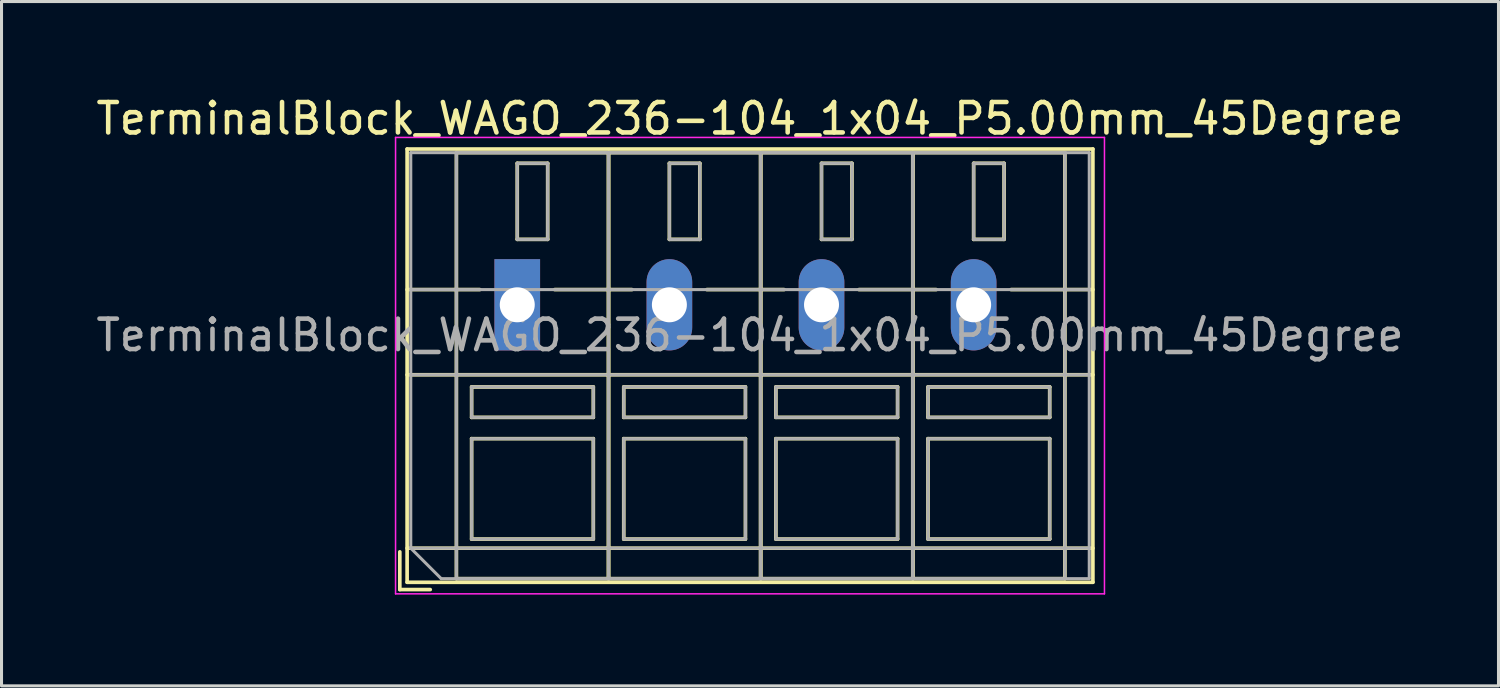
<source format=kicad_pcb>
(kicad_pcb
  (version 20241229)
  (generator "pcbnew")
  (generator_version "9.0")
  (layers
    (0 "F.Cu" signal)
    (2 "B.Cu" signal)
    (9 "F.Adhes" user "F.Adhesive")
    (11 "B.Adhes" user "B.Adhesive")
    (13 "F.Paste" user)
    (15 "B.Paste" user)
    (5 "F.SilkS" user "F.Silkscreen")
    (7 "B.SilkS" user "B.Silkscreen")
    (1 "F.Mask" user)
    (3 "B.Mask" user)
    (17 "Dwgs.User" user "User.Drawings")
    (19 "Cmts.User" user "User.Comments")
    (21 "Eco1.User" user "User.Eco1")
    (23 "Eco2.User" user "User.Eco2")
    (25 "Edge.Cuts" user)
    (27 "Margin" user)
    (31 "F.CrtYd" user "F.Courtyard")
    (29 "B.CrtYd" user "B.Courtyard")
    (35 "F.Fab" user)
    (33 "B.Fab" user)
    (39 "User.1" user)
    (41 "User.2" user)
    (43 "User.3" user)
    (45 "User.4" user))
  (footprint "TerminalBlock_WAGO_236-104_1x04_P5.00mm_45Degree"
    (layer "F.Cu")
    (at 13.951 6.968)
    (property "Reference" "TerminalBlock_WAGO_236-104_1x04_P5.00mm_45Degree" (at 7.65 -6.12 0) (layer "F.SilkS") (effects (font (size 1 1) (thickness 0.15))))
    (attr through_hole)
    (fp_line (start -3.86 8.12) (end -3.86 9.36) (stroke (width 0.12) (type solid)) (layer "F.SilkS"))
    (fp_line (start -3.86 9.36) (end -2.86 9.36) (stroke (width 0.12) (type solid)) (layer "F.SilkS"))
    (fp_line (start -3.62 -5.12) (end -3.62 9.12) (stroke (width 0.12) (type solid)) (layer "F.SilkS"))
    (fp_line (start -3.62 -5.12) (end 18.92 -5.12) (stroke (width 0.12) (type solid)) (layer "F.SilkS"))
    (fp_line (start -3.62 -0.5) (end -1.23 -0.5) (stroke (width 0.12) (type solid)) (layer "F.SilkS"))
    (fp_line (start -3.62 2.3) (end 18.92 2.3) (stroke (width 0.12) (type solid)) (layer "F.SilkS"))
    (fp_line (start -3.62 8) (end 18.92 8) (stroke (width 0.12) (type solid)) (layer "F.SilkS"))
    (fp_line (start -3.62 9.12) (end 18.92 9.12) (stroke (width 0.12) (type solid)) (layer "F.SilkS"))
    (fp_line (start -2 -5) (end -2 9) (stroke (width 0.12) (type solid)) (layer "F.SilkS"))
    (fp_line (start -2 -5) (end 3 -5) (stroke (width 0.12) (type solid)) (layer "F.SilkS"))
    (fp_line (start -2 9) (end 3 9) (stroke (width 0.12) (type solid)) (layer "F.SilkS"))
    (fp_line (start -1.5 2.7) (end -1.5 3.7) (stroke (width 0.12) (type solid)) (layer "F.SilkS"))
    (fp_line (start -1.5 2.7) (end 2.5 2.7) (stroke (width 0.12) (type solid)) (layer "F.SilkS"))
    (fp_line (start -1.5 3.7) (end 2.5 3.7) (stroke (width 0.12) (type solid)) (layer "F.SilkS"))
    (fp_line (start -1.5 4.4) (end -1.5 7.7) (stroke (width 0.12) (type solid)) (layer "F.SilkS"))
    (fp_line (start -1.5 4.4) (end 2.5 4.4) (stroke (width 0.12) (type solid)) (layer "F.SilkS"))
    (fp_line (start -1.5 7.7) (end 2.5 7.7) (stroke (width 0.12) (type solid)) (layer "F.SilkS"))
    (fp_line (start 0 -4.65) (end 0 -2.151) (stroke (width 0.12) (type solid)) (layer "F.SilkS"))
    (fp_line (start 0 -4.65) (end 1 -4.65) (stroke (width 0.12) (type solid)) (layer "F.SilkS"))
    (fp_line (start 0 -2.151) (end 1 -2.151) (stroke (width 0.12) (type solid)) (layer "F.SilkS"))
    (fp_line (start 1 -4.65) (end 1 -2.151) (stroke (width 0.12) (type solid)) (layer "F.SilkS"))
    (fp_line (start 1.23 -0.5) (end 3.77 -0.5) (stroke (width 0.12) (type solid)) (layer "F.SilkS"))
    (fp_line (start 2.5 2.7) (end 2.5 3.7) (stroke (width 0.12) (type solid)) (layer "F.SilkS"))
    (fp_line (start 2.5 4.4) (end 2.5 7.7) (stroke (width 0.12) (type solid)) (layer "F.SilkS"))
    (fp_line (start 3 -5) (end 3 9) (stroke (width 0.12) (type solid)) (layer "F.SilkS"))
    (fp_line (start 3 -5) (end 3 9) (stroke (width 0.12) (type solid)) (layer "F.SilkS"))
    (fp_line (start 3 -5) (end 8 -5) (stroke (width 0.12) (type solid)) (layer "F.SilkS"))
    (fp_line (start 3 9) (end 8 9) (stroke (width 0.12) (type solid)) (layer "F.SilkS"))
    (fp_line (start 3.5 2.7) (end 3.5 3.7) (stroke (width 0.12) (type solid)) (layer "F.SilkS"))
    (fp_line (start 3.5 2.7) (end 7.5 2.7) (stroke (width 0.12) (type solid)) (layer "F.SilkS"))
    (fp_line (start 3.5 3.7) (end 7.5 3.7) (stroke (width 0.12) (type solid)) (layer "F.SilkS"))
    (fp_line (start 3.5 4.4) (end 3.5 7.7) (stroke (width 0.12) (type solid)) (layer "F.SilkS"))
    (fp_line (start 3.5 4.4) (end 7.5 4.4) (stroke (width 0.12) (type solid)) (layer "F.SilkS"))
    (fp_line (start 3.5 7.7) (end 7.5 7.7) (stroke (width 0.12) (type solid)) (layer "F.SilkS"))
    (fp_line (start 5 -4.65) (end 5 -2.151) (stroke (width 0.12) (type solid)) (layer "F.SilkS"))
    (fp_line (start 5 -4.65) (end 6 -4.65) (stroke (width 0.12) (type solid)) (layer "F.SilkS"))
    (fp_line (start 5 -2.151) (end 6 -2.151) (stroke (width 0.12) (type solid)) (layer "F.SilkS"))
    (fp_line (start 6 -4.65) (end 6 -2.151) (stroke (width 0.12) (type solid)) (layer "F.SilkS"))
    (fp_line (start 6.23 -0.5) (end 8.77 -0.5) (stroke (width 0.12) (type solid)) (layer "F.SilkS"))
    (fp_line (start 7.5 2.7) (end 7.5 3.7) (stroke (width 0.12) (type solid)) (layer "F.SilkS"))
    (fp_line (start 7.5 4.4) (end 7.5 7.7) (stroke (width 0.12) (type solid)) (layer "F.SilkS"))
    (fp_line (start 8 -5) (end 8 9) (stroke (width 0.12) (type solid)) (layer "F.SilkS"))
    (fp_line (start 8 -5) (end 8 9) (stroke (width 0.12) (type solid)) (layer "F.SilkS"))
    (fp_line (start 8 -5) (end 13 -5) (stroke (width 0.12) (type solid)) (layer "F.SilkS"))
    (fp_line (start 8 9) (end 13 9) (stroke (width 0.12) (type solid)) (layer "F.SilkS"))
    (fp_line (start 8.5 2.7) (end 8.5 3.7) (stroke (width 0.12) (type solid)) (layer "F.SilkS"))
    (fp_line (start 8.5 2.7) (end 12.5 2.7) (stroke (width 0.12) (type solid)) (layer "F.SilkS"))
    (fp_line (start 8.5 3.7) (end 12.5 3.7) (stroke (width 0.12) (type solid)) (layer "F.SilkS"))
    (fp_line (start 8.5 4.4) (end 8.5 7.7) (stroke (width 0.12) (type solid)) (layer "F.SilkS"))
    (fp_line (start 8.5 4.4) (end 12.5 4.4) (stroke (width 0.12) (type solid)) (layer "F.SilkS"))
    (fp_line (start 8.5 7.7) (end 12.5 7.7) (stroke (width 0.12) (type solid)) (layer "F.SilkS"))
    (fp_line (start 10 -4.65) (end 10 -2.151) (stroke (width 0.12) (type solid)) (layer "F.SilkS"))
    (fp_line (start 10 -4.65) (end 11 -4.65) (stroke (width 0.12) (type solid)) (layer "F.SilkS"))
    (fp_line (start 10 -2.151) (end 11 -2.151) (stroke (width 0.12) (type solid)) (layer "F.SilkS"))
    (fp_line (start 11 -4.65) (end 11 -2.151) (stroke (width 0.12) (type solid)) (layer "F.SilkS"))
    (fp_line (start 11.23 -0.5) (end 13.77 -0.5) (stroke (width 0.12) (type solid)) (layer "F.SilkS"))
    (fp_line (start 12.5 2.7) (end 12.5 3.7) (stroke (width 0.12) (type solid)) (layer "F.SilkS"))
    (fp_line (start 12.5 4.4) (end 12.5 7.7) (stroke (width 0.12) (type solid)) (layer "F.SilkS"))
    (fp_line (start 13 -5) (end 13 9) (stroke (width 0.12) (type solid)) (layer "F.SilkS"))
    (fp_line (start 13 -5) (end 13 9) (stroke (width 0.12) (type solid)) (layer "F.SilkS"))
    (fp_line (start 13 -5) (end 18 -5) (stroke (width 0.12) (type solid)) (layer "F.SilkS"))
    (fp_line (start 13 9) (end 18 9) (stroke (width 0.12) (type solid)) (layer "F.SilkS"))
    (fp_line (start 13.5 2.7) (end 13.5 3.7) (stroke (width 0.12) (type solid)) (layer "F.SilkS"))
    (fp_line (start 13.5 2.7) (end 17.5 2.7) (stroke (width 0.12) (type solid)) (layer "F.SilkS"))
    (fp_line (start 13.5 3.7) (end 17.5 3.7) (stroke (width 0.12) (type solid)) (layer "F.SilkS"))
    (fp_line (start 13.5 4.4) (end 13.5 7.7) (stroke (width 0.12) (type solid)) (layer "F.SilkS"))
    (fp_line (start 13.5 4.4) (end 17.5 4.4) (stroke (width 0.12) (type solid)) (layer "F.SilkS"))
    (fp_line (start 13.5 7.7) (end 17.5 7.7) (stroke (width 0.12) (type solid)) (layer "F.SilkS"))
    (fp_line (start 15 -4.65) (end 15 -2.151) (stroke (width 0.12) (type solid)) (layer "F.SilkS"))
    (fp_line (start 15 -4.65) (end 16 -4.65) (stroke (width 0.12) (type solid)) (layer "F.SilkS"))
    (fp_line (start 15 -2.151) (end 16 -2.151) (stroke (width 0.12) (type solid)) (layer "F.SilkS"))
    (fp_line (start 16 -4.65) (end 16 -2.151) (stroke (width 0.12) (type solid)) (layer "F.SilkS"))
    (fp_line (start 16.23 -0.5) (end 18.92 -0.5) (stroke (width 0.12) (type solid)) (layer "F.SilkS"))
    (fp_line (start 17.5 2.7) (end 17.5 3.7) (stroke (width 0.12) (type solid)) (layer "F.SilkS"))
    (fp_line (start 17.5 4.4) (end 17.5 7.7) (stroke (width 0.12) (type solid)) (layer "F.SilkS"))
    (fp_line (start 18 -5) (end 18 9) (stroke (width 0.12) (type solid)) (layer "F.SilkS"))
    (fp_line (start 18.92 -5.12) (end 18.92 9.12) (stroke (width 0.12) (type solid)) (layer "F.SilkS"))
    (fp_line (start -4 -5.5) (end -4 9.5) (stroke (width 0.05) (type solid)) (layer "F.CrtYd"))
    (fp_line (start -4 9.5) (end 19.3 9.5) (stroke (width 0.05) (type solid)) (layer "F.CrtYd"))
    (fp_line (start 19.3 -5.5) (end -4 -5.5) (stroke (width 0.05) (type solid)) (layer "F.CrtYd"))
    (fp_line (start 19.3 9.5) (end 19.3 -5.5) (stroke (width 0.05) (type solid)) (layer "F.CrtYd"))
    (fp_line (start -3.5 -5) (end 18.8 -5) (stroke (width 0.1) (type solid)) (layer "F.Fab"))
    (fp_line (start -3.5 -0.5) (end 18.8 -0.5) (stroke (width 0.1) (type solid)) (layer "F.Fab"))
    (fp_line (start -3.5 2.3) (end 18.8 2.3) (stroke (width 0.1) (type solid)) (layer "F.Fab"))
    (fp_line (start -3.5 8) (end -3.5 -5) (stroke (width 0.1) (type solid)) (layer "F.Fab"))
    (fp_line (start -3.5 8) (end 18.8 8) (stroke (width 0.1) (type solid)) (layer "F.Fab"))
    (fp_line (start -2.5 9) (end -3.5 8) (stroke (width 0.1) (type solid)) (layer "F.Fab"))
    (fp_line (start -2 -5) (end -2 9) (stroke (width 0.1) (type solid)) (layer "F.Fab"))
    (fp_line (start -2 9) (end 3 9) (stroke (width 0.1) (type solid)) (layer "F.Fab"))
    (fp_line (start -1.5 2.7) (end -1.5 3.7) (stroke (width 0.1) (type solid)) (layer "F.Fab"))
    (fp_line (start -1.5 3.7) (end 2.5 3.7) (stroke (width 0.1) (type solid)) (layer "F.Fab"))
    (fp_line (start -1.5 4.4) (end -1.5 7.7) (stroke (width 0.1) (type solid)) (layer "F.Fab"))
    (fp_line (start -1.5 7.7) (end 2.5 7.7) (stroke (width 0.1) (type solid)) (layer "F.Fab"))
    (fp_line (start 0 -4.65) (end 0 -2.15) (stroke (width 0.1) (type solid)) (layer "F.Fab"))
    (fp_line (start 0 -2.15) (end 1 -2.15) (stroke (width 0.1) (type solid)) (layer "F.Fab"))
    (fp_line (start 1 -4.65) (end 0 -4.65) (stroke (width 0.1) (type solid)) (layer "F.Fab"))
    (fp_line (start 1 -2.15) (end 1 -4.65) (stroke (width 0.1) (type solid)) (layer "F.Fab"))
    (fp_line (start 2.5 2.7) (end -1.5 2.7) (stroke (width 0.1) (type solid)) (layer "F.Fab"))
    (fp_line (start 2.5 3.7) (end 2.5 2.7) (stroke (width 0.1) (type solid)) (layer "F.Fab"))
    (fp_line (start 2.5 4.4) (end -1.5 4.4) (stroke (width 0.1) (type solid)) (layer "F.Fab"))
    (fp_line (start 2.5 7.7) (end 2.5 4.4) (stroke (width 0.1) (type solid)) (layer "F.Fab"))
    (fp_line (start 3 -5) (end -2 -5) (stroke (width 0.1) (type solid)) (layer "F.Fab"))
    (fp_line (start 3 -5) (end 3 9) (stroke (width 0.1) (type solid)) (layer "F.Fab"))
    (fp_line (start 3 9) (end 3 -5) (stroke (width 0.1) (type solid)) (layer "F.Fab"))
    (fp_line (start 3 9) (end 8 9) (stroke (width 0.1) (type solid)) (layer "F.Fab"))
    (fp_line (start 3.5 2.7) (end 3.5 3.7) (stroke (width 0.1) (type solid)) (layer "F.Fab"))
    (fp_line (start 3.5 3.7) (end 7.5 3.7) (stroke (width 0.1) (type solid)) (layer "F.Fab"))
    (fp_line (start 3.5 4.4) (end 3.5 7.7) (stroke (width 0.1) (type solid)) (layer "F.Fab"))
    (fp_line (start 3.5 7.7) (end 7.5 7.7) (stroke (width 0.1) (type solid)) (layer "F.Fab"))
    (fp_line (start 5 -4.65) (end 5 -2.15) (stroke (width 0.1) (type solid)) (layer "F.Fab"))
    (fp_line (start 5 -2.15) (end 6 -2.15) (stroke (width 0.1) (type solid)) (layer "F.Fab"))
    (fp_line (start 6 -4.65) (end 5 -4.65) (stroke (width 0.1) (type solid)) (layer "F.Fab"))
    (fp_line (start 6 -2.15) (end 6 -4.65) (stroke (width 0.1) (type solid)) (layer "F.Fab"))
    (fp_line (start 7.5 2.7) (end 3.5 2.7) (stroke (width 0.1) (type solid)) (layer "F.Fab"))
    (fp_line (start 7.5 3.7) (end 7.5 2.7) (stroke (width 0.1) (type solid)) (layer "F.Fab"))
    (fp_line (start 7.5 4.4) (end 3.5 4.4) (stroke (width 0.1) (type solid)) (layer "F.Fab"))
    (fp_line (start 7.5 7.7) (end 7.5 4.4) (stroke (width 0.1) (type solid)) (layer "F.Fab"))
    (fp_line (start 8 -5) (end 3 -5) (stroke (width 0.1) (type solid)) (layer "F.Fab"))
    (fp_line (start 8 -5) (end 8 9) (stroke (width 0.1) (type solid)) (layer "F.Fab"))
    (fp_line (start 8 9) (end 8 -5) (stroke (width 0.1) (type solid)) (layer "F.Fab"))
    (fp_line (start 8 9) (end 13 9) (stroke (width 0.1) (type solid)) (layer "F.Fab"))
    (fp_line (start 8.5 2.7) (end 8.5 3.7) (stroke (width 0.1) (type solid)) (layer "F.Fab"))
    (fp_line (start 8.5 3.7) (end 12.5 3.7) (stroke (width 0.1) (type solid)) (layer "F.Fab"))
    (fp_line (start 8.5 4.4) (end 8.5 7.7) (stroke (width 0.1) (type solid)) (layer "F.Fab"))
    (fp_line (start 8.5 7.7) (end 12.5 7.7) (stroke (width 0.1) (type solid)) (layer "F.Fab"))
    (fp_line (start 10 -4.65) (end 10 -2.15) (stroke (width 0.1) (type solid)) (layer "F.Fab"))
    (fp_line (start 10 -2.15) (end 11 -2.15) (stroke (width 0.1) (type solid)) (layer "F.Fab"))
    (fp_line (start 11 -4.65) (end 10 -4.65) (stroke (width 0.1) (type solid)) (layer "F.Fab"))
    (fp_line (start 11 -2.15) (end 11 -4.65) (stroke (width 0.1) (type solid)) (layer "F.Fab"))
    (fp_line (start 12.5 2.7) (end 8.5 2.7) (stroke (width 0.1) (type solid)) (layer "F.Fab"))
    (fp_line (start 12.5 3.7) (end 12.5 2.7) (stroke (width 0.1) (type solid)) (layer "F.Fab"))
    (fp_line (start 12.5 4.4) (end 8.5 4.4) (stroke (width 0.1) (type solid)) (layer "F.Fab"))
    (fp_line (start 12.5 7.7) (end 12.5 4.4) (stroke (width 0.1) (type solid)) (layer "F.Fab"))
    (fp_line (start 13 -5) (end 8 -5) (stroke (width 0.1) (type solid)) (layer "F.Fab"))
    (fp_line (start 13 -5) (end 13 9) (stroke (width 0.1) (type solid)) (layer "F.Fab"))
    (fp_line (start 13 9) (end 13 -5) (stroke (width 0.1) (type solid)) (layer "F.Fab"))
    (fp_line (start 13 9) (end 18 9) (stroke (width 0.1) (type solid)) (layer "F.Fab"))
    (fp_line (start 13.5 2.7) (end 13.5 3.7) (stroke (width 0.1) (type solid)) (layer "F.Fab"))
    (fp_line (start 13.5 3.7) (end 17.5 3.7) (stroke (width 0.1) (type solid)) (layer "F.Fab"))
    (fp_line (start 13.5 4.4) (end 13.5 7.7) (stroke (width 0.1) (type solid)) (layer "F.Fab"))
    (fp_line (start 13.5 7.7) (end 17.5 7.7) (stroke (width 0.1) (type solid)) (layer "F.Fab"))
    (fp_line (start 15 -4.65) (end 15 -2.15) (stroke (width 0.1) (type solid)) (layer "F.Fab"))
    (fp_line (start 15 -2.15) (end 16 -2.15) (stroke (width 0.1) (type solid)) (layer "F.Fab"))
    (fp_line (start 16 -4.65) (end 15 -4.65) (stroke (width 0.1) (type solid)) (layer "F.Fab"))
    (fp_line (start 16 -2.15) (end 16 -4.65) (stroke (width 0.1) (type solid)) (layer "F.Fab"))
    (fp_line (start 17.5 2.7) (end 13.5 2.7) (stroke (width 0.1) (type solid)) (layer "F.Fab"))
    (fp_line (start 17.5 3.7) (end 17.5 2.7) (stroke (width 0.1) (type solid)) (layer "F.Fab"))
    (fp_line (start 17.5 4.4) (end 13.5 4.4) (stroke (width 0.1) (type solid)) (layer "F.Fab"))
    (fp_line (start 17.5 7.7) (end 17.5 4.4) (stroke (width 0.1) (type solid)) (layer "F.Fab"))
    (fp_line (start 18 -5) (end 13 -5) (stroke (width 0.1) (type solid)) (layer "F.Fab"))
    (fp_line (start 18 9) (end 18 -5) (stroke (width 0.1) (type solid)) (layer "F.Fab"))
    (fp_line (start 18.8 -5) (end 18.8 9) (stroke (width 0.1) (type solid)) (layer "F.Fab"))
    (fp_line (start 18.8 9) (end -2.5 9) (stroke (width 0.1) (type solid)) (layer "F.Fab"))
    (fp_text user "${REFERENCE}" (at 7.65 1 0) (layer "F.Fab") (effects (font (size 1 1) (thickness 0.15))))
    (pad "1" thru_hole rect (at 0 0) (size 1.5 3) (drill 1.15) (layers "*.Cu" "*.Mask"))
    (pad "2" thru_hole oval (at 5 0) (size 1.5 3) (drill 1.15) (layers "*.Cu" "*.Mask"))
    (pad "3" thru_hole oval (at 10 0) (size 1.5 3) (drill 1.15) (layers "*.Cu" "*.Mask"))
    (pad "4" thru_hole oval (at 15 0) (size 1.5 3) (drill 1.15) (layers "*.Cu" "*.Mask")))
  (gr_rect
    (start -3 -3)
    (end 46.202 19.493)
    (stroke (width 0.1) (type default))
    (fill no)
    (layer "Edge.Cuts")))
</source>
